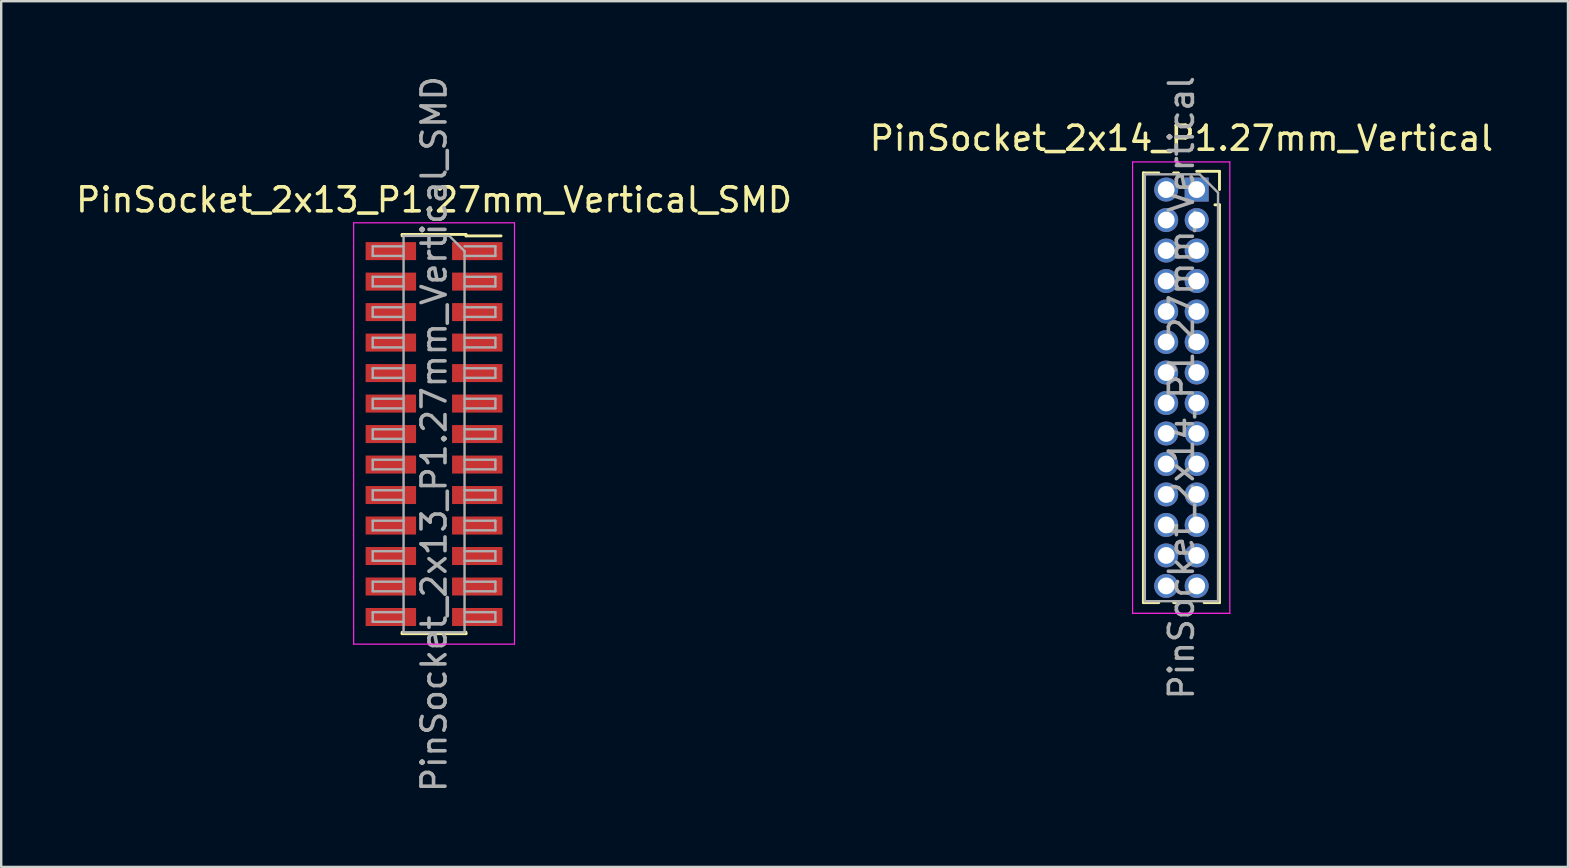
<source format=kicad_pcb>
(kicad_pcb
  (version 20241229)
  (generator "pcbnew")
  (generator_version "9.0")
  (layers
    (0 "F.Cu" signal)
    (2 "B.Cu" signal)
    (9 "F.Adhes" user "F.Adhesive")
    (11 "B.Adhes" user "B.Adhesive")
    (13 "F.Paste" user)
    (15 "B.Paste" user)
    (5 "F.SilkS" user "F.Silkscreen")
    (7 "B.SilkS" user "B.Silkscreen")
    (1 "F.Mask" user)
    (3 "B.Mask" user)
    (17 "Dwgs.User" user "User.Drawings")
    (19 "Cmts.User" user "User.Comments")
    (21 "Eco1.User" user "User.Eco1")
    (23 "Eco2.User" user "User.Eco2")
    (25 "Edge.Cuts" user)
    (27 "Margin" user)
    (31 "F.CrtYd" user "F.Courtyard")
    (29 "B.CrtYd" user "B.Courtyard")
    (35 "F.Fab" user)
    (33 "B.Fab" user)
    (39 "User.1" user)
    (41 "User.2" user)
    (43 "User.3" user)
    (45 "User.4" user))
  (footprint "PinSocket_2x14_P1.27mm_Vertical"
    (layer "F.Cu")
    (at 46.796 4.846)
    (property "Reference" "PinSocket_2x14_P1.27mm_Vertical" (at -0.635 -2.135 0) (layer "F.SilkS") (effects (font (size 1 1) (thickness 0.15))))
    (attr through_hole)
    (fp_line (start -2.22 -0.695) (end -2.22 17.205) (stroke (width 0.12) (type solid)) (layer "F.SilkS"))
    (fp_line (start -2.22 -0.695) (end -1.578 -0.695) (stroke (width 0.12) (type solid)) (layer "F.SilkS"))
    (fp_line (start -2.22 17.205) (end -1.578 17.205) (stroke (width 0.12) (type solid)) (layer "F.SilkS"))
    (fp_line (start -0.962 -0.695) (end -0.76 -0.695) (stroke (width 0.12) (type solid)) (layer "F.SilkS"))
    (fp_line (start -0.962 17.205) (end -0.308 17.205) (stroke (width 0.12) (type solid)) (layer "F.SilkS"))
    (fp_line (start 0 -0.76) (end 0.95 -0.76) (stroke (width 0.12) (type solid)) (layer "F.SilkS"))
    (fp_line (start 0.308 17.205) (end 0.95 17.205) (stroke (width 0.12) (type solid)) (layer "F.SilkS"))
    (fp_line (start 0.76 0.635) (end 0.95 0.635) (stroke (width 0.12) (type solid)) (layer "F.SilkS"))
    (fp_line (start 0.95 -0.76) (end 0.95 0) (stroke (width 0.12) (type solid)) (layer "F.SilkS"))
    (fp_line (start 0.95 0.635) (end 0.95 17.205) (stroke (width 0.12) (type solid)) (layer "F.SilkS"))
    (fp_line (start -2.67 -1.15) (end 1.38 -1.15) (stroke (width 0.05) (type solid)) (layer "F.CrtYd"))
    (fp_line (start -2.67 17.65) (end -2.67 -1.15) (stroke (width 0.05) (type solid)) (layer "F.CrtYd"))
    (fp_line (start 1.38 -1.15) (end 1.38 17.65) (stroke (width 0.05) (type solid)) (layer "F.CrtYd"))
    (fp_line (start 1.38 17.65) (end -2.67 17.65) (stroke (width 0.05) (type solid)) (layer "F.CrtYd"))
    (fp_line (start -2.16 -0.635) (end 0.128 -0.635) (stroke (width 0.1) (type solid)) (layer "F.Fab"))
    (fp_line (start -2.16 17.145) (end -2.16 -0.635) (stroke (width 0.1) (type solid)) (layer "F.Fab"))
    (fp_line (start 0.128 -0.635) (end 0.89 0.128) (stroke (width 0.1) (type solid)) (layer "F.Fab"))
    (fp_line (start 0.89 0.128) (end 0.89 17.145) (stroke (width 0.1) (type solid)) (layer "F.Fab"))
    (fp_line (start 0.89 17.145) (end -2.16 17.145) (stroke (width 0.1) (type solid)) (layer "F.Fab"))
    (fp_text user "${REFERENCE}" (at -0.635 8.255 90) (layer "F.Fab") (effects (font (size 1 1) (thickness 0.15))))
    (pad "1" thru_hole rect (at 0 0) (size 1 1) (drill 0.7) (layers "*.Cu" "*.Mask"))
    (pad "2" thru_hole oval (at -1.27 0) (size 1 1) (drill 0.7) (layers "*.Cu" "*.Mask"))
    (pad "3" thru_hole oval (at 0 1.27) (size 1 1) (drill 0.7) (layers "*.Cu" "*.Mask"))
    (pad "4" thru_hole oval (at -1.27 1.27) (size 1 1) (drill 0.7) (layers "*.Cu" "*.Mask"))
    (pad "5" thru_hole oval (at 0 2.54) (size 1 1) (drill 0.7) (layers "*.Cu" "*.Mask"))
    (pad "6" thru_hole oval (at -1.27 2.54) (size 1 1) (drill 0.7) (layers "*.Cu" "*.Mask"))
    (pad "7" thru_hole oval (at 0 3.81) (size 1 1) (drill 0.7) (layers "*.Cu" "*.Mask"))
    (pad "8" thru_hole oval (at -1.27 3.81) (size 1 1) (drill 0.7) (layers "*.Cu" "*.Mask"))
    (pad "9" thru_hole oval (at 0 5.08) (size 1 1) (drill 0.7) (layers "*.Cu" "*.Mask"))
    (pad "10" thru_hole oval (at -1.27 5.08) (size 1 1) (drill 0.7) (layers "*.Cu" "*.Mask"))
    (pad "11" thru_hole oval (at 0 6.35) (size 1 1) (drill 0.7) (layers "*.Cu" "*.Mask"))
    (pad "12" thru_hole oval (at -1.27 6.35) (size 1 1) (drill 0.7) (layers "*.Cu" "*.Mask"))
    (pad "13" thru_hole oval (at 0 7.62) (size 1 1) (drill 0.7) (layers "*.Cu" "*.Mask"))
    (pad "14" thru_hole oval (at -1.27 7.62) (size 1 1) (drill 0.7) (layers "*.Cu" "*.Mask"))
    (pad "15" thru_hole oval (at 0 8.89) (size 1 1) (drill 0.7) (layers "*.Cu" "*.Mask"))
    (pad "16" thru_hole oval (at -1.27 8.89) (size 1 1) (drill 0.7) (layers "*.Cu" "*.Mask"))
    (pad "17" thru_hole oval (at 0 10.16) (size 1 1) (drill 0.7) (layers "*.Cu" "*.Mask"))
    (pad "18" thru_hole oval (at -1.27 10.16) (size 1 1) (drill 0.7) (layers "*.Cu" "*.Mask"))
    (pad "19" thru_hole oval (at 0 11.43) (size 1 1) (drill 0.7) (layers "*.Cu" "*.Mask"))
    (pad "20" thru_hole oval (at -1.27 11.43) (size 1 1) (drill 0.7) (layers "*.Cu" "*.Mask"))
    (pad "21" thru_hole oval (at 0 12.7) (size 1 1) (drill 0.7) (layers "*.Cu" "*.Mask"))
    (pad "22" thru_hole oval (at -1.27 12.7) (size 1 1) (drill 0.7) (layers "*.Cu" "*.Mask"))
    (pad "23" thru_hole oval (at 0 13.97) (size 1 1) (drill 0.7) (layers "*.Cu" "*.Mask"))
    (pad "24" thru_hole oval (at -1.27 13.97) (size 1 1) (drill 0.7) (layers "*.Cu" "*.Mask"))
    (pad "25" thru_hole oval (at 0 15.24) (size 1 1) (drill 0.7) (layers "*.Cu" "*.Mask"))
    (pad "26" thru_hole oval (at -1.27 15.24) (size 1 1) (drill 0.7) (layers "*.Cu" "*.Mask"))
    (pad "27" thru_hole oval (at 0 16.51) (size 1 1) (drill 0.7) (layers "*.Cu" "*.Mask"))
    (pad "28" thru_hole oval (at -1.27 16.51) (size 1 1) (drill 0.7) (layers "*.Cu" "*.Mask")))
  (footprint "PinSocket_2x13_P1.27mm_Vertical_SMD"
    (layer "F.Cu")
    (at 15.03 15.03)
    (property "Reference" "PinSocket_2x13_P1.27mm_Vertical_SMD" (at 0 -9.755 0) (layer "F.SilkS") (effects (font (size 1 1) (thickness 0.15))))
    (attr smd)
    (fp_line (start -1.33 -8.315) (end -1.33 -8.255) (stroke (width 0.12) (type solid)) (layer "F.SilkS"))
    (fp_line (start -1.33 -8.315) (end 1.33 -8.315) (stroke (width 0.12) (type solid)) (layer "F.SilkS"))
    (fp_line (start -1.33 8.255) (end -1.33 8.315) (stroke (width 0.12) (type solid)) (layer "F.SilkS"))
    (fp_line (start -1.33 8.315) (end 1.33 8.315) (stroke (width 0.12) (type solid)) (layer "F.SilkS"))
    (fp_line (start 1.33 -8.315) (end 1.33 -8.255) (stroke (width 0.12) (type solid)) (layer "F.SilkS"))
    (fp_line (start 1.33 -8.255) (end 2.79 -8.255) (stroke (width 0.12) (type solid)) (layer "F.SilkS"))
    (fp_line (start 1.33 8.255) (end 1.33 8.315) (stroke (width 0.12) (type solid)) (layer "F.SilkS"))
    (fp_line (start -3.35 -8.8) (end 3.35 -8.8) (stroke (width 0.05) (type solid)) (layer "F.CrtYd"))
    (fp_line (start -3.35 8.75) (end -3.35 -8.8) (stroke (width 0.05) (type solid)) (layer "F.CrtYd"))
    (fp_line (start 3.35 -8.8) (end 3.35 8.75) (stroke (width 0.05) (type solid)) (layer "F.CrtYd"))
    (fp_line (start 3.35 8.75) (end -3.35 8.75) (stroke (width 0.05) (type solid)) (layer "F.CrtYd"))
    (fp_line (start -2.555 -7.82) (end -1.27 -7.82) (stroke (width 0.1) (type solid)) (layer "F.Fab"))
    (fp_line (start -2.555 -7.42) (end -2.555 -7.82) (stroke (width 0.1) (type solid)) (layer "F.Fab"))
    (fp_line (start -2.555 -6.55) (end -1.27 -6.55) (stroke (width 0.1) (type solid)) (layer "F.Fab"))
    (fp_line (start -2.555 -6.15) (end -2.555 -6.55) (stroke (width 0.1) (type solid)) (layer "F.Fab"))
    (fp_line (start -2.555 -5.28) (end -1.27 -5.28) (stroke (width 0.1) (type solid)) (layer "F.Fab"))
    (fp_line (start -2.555 -4.88) (end -2.555 -5.28) (stroke (width 0.1) (type solid)) (layer "F.Fab"))
    (fp_line (start -2.555 -4.01) (end -1.27 -4.01) (stroke (width 0.1) (type solid)) (layer "F.Fab"))
    (fp_line (start -2.555 -3.61) (end -2.555 -4.01) (stroke (width 0.1) (type solid)) (layer "F.Fab"))
    (fp_line (start -2.555 -2.74) (end -1.27 -2.74) (stroke (width 0.1) (type solid)) (layer "F.Fab"))
    (fp_line (start -2.555 -2.34) (end -2.555 -2.74) (stroke (width 0.1) (type solid)) (layer "F.Fab"))
    (fp_line (start -2.555 -1.47) (end -1.27 -1.47) (stroke (width 0.1) (type solid)) (layer "F.Fab"))
    (fp_line (start -2.555 -1.07) (end -2.555 -1.47) (stroke (width 0.1) (type solid)) (layer "F.Fab"))
    (fp_line (start -2.555 -0.2) (end -1.27 -0.2) (stroke (width 0.1) (type solid)) (layer "F.Fab"))
    (fp_line (start -2.555 0.2) (end -2.555 -0.2) (stroke (width 0.1) (type solid)) (layer "F.Fab"))
    (fp_line (start -2.555 1.07) (end -1.27 1.07) (stroke (width 0.1) (type solid)) (layer "F.Fab"))
    (fp_line (start -2.555 1.47) (end -2.555 1.07) (stroke (width 0.1) (type solid)) (layer "F.Fab"))
    (fp_line (start -2.555 2.34) (end -1.27 2.34) (stroke (width 0.1) (type solid)) (layer "F.Fab"))
    (fp_line (start -2.555 2.74) (end -2.555 2.34) (stroke (width 0.1) (type solid)) (layer "F.Fab"))
    (fp_line (start -2.555 3.61) (end -1.27 3.61) (stroke (width 0.1) (type solid)) (layer "F.Fab"))
    (fp_line (start -2.555 4.01) (end -2.555 3.61) (stroke (width 0.1) (type solid)) (layer "F.Fab"))
    (fp_line (start -2.555 4.88) (end -1.27 4.88) (stroke (width 0.1) (type solid)) (layer "F.Fab"))
    (fp_line (start -2.555 5.28) (end -2.555 4.88) (stroke (width 0.1) (type solid)) (layer "F.Fab"))
    (fp_line (start -2.555 6.15) (end -1.27 6.15) (stroke (width 0.1) (type solid)) (layer "F.Fab"))
    (fp_line (start -2.555 6.55) (end -2.555 6.15) (stroke (width 0.1) (type solid)) (layer "F.Fab"))
    (fp_line (start -2.555 7.42) (end -1.27 7.42) (stroke (width 0.1) (type solid)) (layer "F.Fab"))
    (fp_line (start -2.555 7.82) (end -2.555 7.42) (stroke (width 0.1) (type solid)) (layer "F.Fab"))
    (fp_line (start -1.27 -8.255) (end 0.635 -8.255) (stroke (width 0.1) (type solid)) (layer "F.Fab"))
    (fp_line (start -1.27 -7.42) (end -2.555 -7.42) (stroke (width 0.1) (type solid)) (layer "F.Fab"))
    (fp_line (start -1.27 -6.15) (end -2.555 -6.15) (stroke (width 0.1) (type solid)) (layer "F.Fab"))
    (fp_line (start -1.27 -4.88) (end -2.555 -4.88) (stroke (width 0.1) (type solid)) (layer "F.Fab"))
    (fp_line (start -1.27 -3.61) (end -2.555 -3.61) (stroke (width 0.1) (type solid)) (layer "F.Fab"))
    (fp_line (start -1.27 -2.34) (end -2.555 -2.34) (stroke (width 0.1) (type solid)) (layer "F.Fab"))
    (fp_line (start -1.27 -1.07) (end -2.555 -1.07) (stroke (width 0.1) (type solid)) (layer "F.Fab"))
    (fp_line (start -1.27 0.2) (end -2.555 0.2) (stroke (width 0.1) (type solid)) (layer "F.Fab"))
    (fp_line (start -1.27 1.47) (end -2.555 1.47) (stroke (width 0.1) (type solid)) (layer "F.Fab"))
    (fp_line (start -1.27 2.74) (end -2.555 2.74) (stroke (width 0.1) (type solid)) (layer "F.Fab"))
    (fp_line (start -1.27 4.01) (end -2.555 4.01) (stroke (width 0.1) (type solid)) (layer "F.Fab"))
    (fp_line (start -1.27 5.28) (end -2.555 5.28) (stroke (width 0.1) (type solid)) (layer "F.Fab"))
    (fp_line (start -1.27 6.55) (end -2.555 6.55) (stroke (width 0.1) (type solid)) (layer "F.Fab"))
    (fp_line (start -1.27 7.82) (end -2.555 7.82) (stroke (width 0.1) (type solid)) (layer "F.Fab"))
    (fp_line (start -1.27 8.255) (end -1.27 -8.255) (stroke (width 0.1) (type solid)) (layer "F.Fab"))
    (fp_line (start 0.635 -8.255) (end 1.27 -7.62) (stroke (width 0.1) (type solid)) (layer "F.Fab"))
    (fp_line (start 1.27 -7.82) (end 2.555 -7.82) (stroke (width 0.1) (type solid)) (layer "F.Fab"))
    (fp_line (start 1.27 -7.62) (end 1.27 8.255) (stroke (width 0.1) (type solid)) (layer "F.Fab"))
    (fp_line (start 1.27 -6.55) (end 2.555 -6.55) (stroke (width 0.1) (type solid)) (layer "F.Fab"))
    (fp_line (start 1.27 -5.28) (end 2.555 -5.28) (stroke (width 0.1) (type solid)) (layer "F.Fab"))
    (fp_line (start 1.27 -4.01) (end 2.555 -4.01) (stroke (width 0.1) (type solid)) (layer "F.Fab"))
    (fp_line (start 1.27 -2.74) (end 2.555 -2.74) (stroke (width 0.1) (type solid)) (layer "F.Fab"))
    (fp_line (start 1.27 -1.47) (end 2.555 -1.47) (stroke (width 0.1) (type solid)) (layer "F.Fab"))
    (fp_line (start 1.27 -0.2) (end 2.555 -0.2) (stroke (width 0.1) (type solid)) (layer "F.Fab"))
    (fp_line (start 1.27 1.07) (end 2.555 1.07) (stroke (width 0.1) (type solid)) (layer "F.Fab"))
    (fp_line (start 1.27 2.34) (end 2.555 2.34) (stroke (width 0.1) (type solid)) (layer "F.Fab"))
    (fp_line (start 1.27 3.61) (end 2.555 3.61) (stroke (width 0.1) (type solid)) (layer "F.Fab"))
    (fp_line (start 1.27 4.88) (end 2.555 4.88) (stroke (width 0.1) (type solid)) (layer "F.Fab"))
    (fp_line (start 1.27 6.15) (end 2.555 6.15) (stroke (width 0.1) (type solid)) (layer "F.Fab"))
    (fp_line (start 1.27 7.42) (end 2.555 7.42) (stroke (width 0.1) (type solid)) (layer "F.Fab"))
    (fp_line (start 1.27 8.255) (end -1.27 8.255) (stroke (width 0.1) (type solid)) (layer "F.Fab"))
    (fp_line (start 2.555 -7.82) (end 2.555 -7.42) (stroke (width 0.1) (type solid)) (layer "F.Fab"))
    (fp_line (start 2.555 -7.42) (end 1.27 -7.42) (stroke (width 0.1) (type solid)) (layer "F.Fab"))
    (fp_line (start 2.555 -6.55) (end 2.555 -6.15) (stroke (width 0.1) (type solid)) (layer "F.Fab"))
    (fp_line (start 2.555 -6.15) (end 1.27 -6.15) (stroke (width 0.1) (type solid)) (layer "F.Fab"))
    (fp_line (start 2.555 -5.28) (end 2.555 -4.88) (stroke (width 0.1) (type solid)) (layer "F.Fab"))
    (fp_line (start 2.555 -4.88) (end 1.27 -4.88) (stroke (width 0.1) (type solid)) (layer "F.Fab"))
    (fp_line (start 2.555 -4.01) (end 2.555 -3.61) (stroke (width 0.1) (type solid)) (layer "F.Fab"))
    (fp_line (start 2.555 -3.61) (end 1.27 -3.61) (stroke (width 0.1) (type solid)) (layer "F.Fab"))
    (fp_line (start 2.555 -2.74) (end 2.555 -2.34) (stroke (width 0.1) (type solid)) (layer "F.Fab"))
    (fp_line (start 2.555 -2.34) (end 1.27 -2.34) (stroke (width 0.1) (type solid)) (layer "F.Fab"))
    (fp_line (start 2.555 -1.47) (end 2.555 -1.07) (stroke (width 0.1) (type solid)) (layer "F.Fab"))
    (fp_line (start 2.555 -1.07) (end 1.27 -1.07) (stroke (width 0.1) (type solid)) (layer "F.Fab"))
    (fp_line (start 2.555 -0.2) (end 2.555 0.2) (stroke (width 0.1) (type solid)) (layer "F.Fab"))
    (fp_line (start 2.555 0.2) (end 1.27 0.2) (stroke (width 0.1) (type solid)) (layer "F.Fab"))
    (fp_line (start 2.555 1.07) (end 2.555 1.47) (stroke (width 0.1) (type solid)) (layer "F.Fab"))
    (fp_line (start 2.555 1.47) (end 1.27 1.47) (stroke (width 0.1) (type solid)) (layer "F.Fab"))
    (fp_line (start 2.555 2.34) (end 2.555 2.74) (stroke (width 0.1) (type solid)) (layer "F.Fab"))
    (fp_line (start 2.555 2.74) (end 1.27 2.74) (stroke (width 0.1) (type solid)) (layer "F.Fab"))
    (fp_line (start 2.555 3.61) (end 2.555 4.01) (stroke (width 0.1) (type solid)) (layer "F.Fab"))
    (fp_line (start 2.555 4.01) (end 1.27 4.01) (stroke (width 0.1) (type solid)) (layer "F.Fab"))
    (fp_line (start 2.555 4.88) (end 2.555 5.28) (stroke (width 0.1) (type solid)) (layer "F.Fab"))
    (fp_line (start 2.555 5.28) (end 1.27 5.28) (stroke (width 0.1) (type solid)) (layer "F.Fab"))
    (fp_line (start 2.555 6.15) (end 2.555 6.55) (stroke (width 0.1) (type solid)) (layer "F.Fab"))
    (fp_line (start 2.555 6.55) (end 1.27 6.55) (stroke (width 0.1) (type solid)) (layer "F.Fab"))
    (fp_line (start 2.555 7.42) (end 2.555 7.82) (stroke (width 0.1) (type solid)) (layer "F.Fab"))
    (fp_line (start 2.555 7.82) (end 1.27 7.82) (stroke (width 0.1) (type solid)) (layer "F.Fab"))
    (fp_text user "${REFERENCE}" (at 0 0 90) (layer "F.Fab") (effects (font (size 1 1) (thickness 0.15))))
    (pad "1" smd rect (at 1.8 -7.62) (size 2.1 0.75) (layers "F.Cu" "F.Mask" "F.Paste"))
    (pad "2" smd rect (at -1.8 -7.62) (size 2.1 0.75) (layers "F.Cu" "F.Mask" "F.Paste"))
    (pad "3" smd rect (at 1.8 -6.35) (size 2.1 0.75) (layers "F.Cu" "F.Mask" "F.Paste"))
    (pad "4" smd rect (at -1.8 -6.35) (size 2.1 0.75) (layers "F.Cu" "F.Mask" "F.Paste"))
    (pad "5" smd rect (at 1.8 -5.08) (size 2.1 0.75) (layers "F.Cu" "F.Mask" "F.Paste"))
    (pad "6" smd rect (at -1.8 -5.08) (size 2.1 0.75) (layers "F.Cu" "F.Mask" "F.Paste"))
    (pad "7" smd rect (at 1.8 -3.81) (size 2.1 0.75) (layers "F.Cu" "F.Mask" "F.Paste"))
    (pad "8" smd rect (at -1.8 -3.81) (size 2.1 0.75) (layers "F.Cu" "F.Mask" "F.Paste"))
    (pad "9" smd rect (at 1.8 -2.54) (size 2.1 0.75) (layers "F.Cu" "F.Mask" "F.Paste"))
    (pad "10" smd rect (at -1.8 -2.54) (size 2.1 0.75) (layers "F.Cu" "F.Mask" "F.Paste"))
    (pad "11" smd rect (at 1.8 -1.27) (size 2.1 0.75) (layers "F.Cu" "F.Mask" "F.Paste"))
    (pad "12" smd rect (at -1.8 -1.27) (size 2.1 0.75) (layers "F.Cu" "F.Mask" "F.Paste"))
    (pad "13" smd rect (at 1.8 0) (size 2.1 0.75) (layers "F.Cu" "F.Mask" "F.Paste"))
    (pad "14" smd rect (at -1.8 0) (size 2.1 0.75) (layers "F.Cu" "F.Mask" "F.Paste"))
    (pad "15" smd rect (at 1.8 1.27) (size 2.1 0.75) (layers "F.Cu" "F.Mask" "F.Paste"))
    (pad "16" smd rect (at -1.8 1.27) (size 2.1 0.75) (layers "F.Cu" "F.Mask" "F.Paste"))
    (pad "17" smd rect (at 1.8 2.54) (size 2.1 0.75) (layers "F.Cu" "F.Mask" "F.Paste"))
    (pad "18" smd rect (at -1.8 2.54) (size 2.1 0.75) (layers "F.Cu" "F.Mask" "F.Paste"))
    (pad "19" smd rect (at 1.8 3.81) (size 2.1 0.75) (layers "F.Cu" "F.Mask" "F.Paste"))
    (pad "20" smd rect (at -1.8 3.81) (size 2.1 0.75) (layers "F.Cu" "F.Mask" "F.Paste"))
    (pad "21" smd rect (at 1.8 5.08) (size 2.1 0.75) (layers "F.Cu" "F.Mask" "F.Paste"))
    (pad "22" smd rect (at -1.8 5.08) (size 2.1 0.75) (layers "F.Cu" "F.Mask" "F.Paste"))
    (pad "23" smd rect (at 1.8 6.35) (size 2.1 0.75) (layers "F.Cu" "F.Mask" "F.Paste"))
    (pad "24" smd rect (at -1.8 6.35) (size 2.1 0.75) (layers "F.Cu" "F.Mask" "F.Paste"))
    (pad "25" smd rect (at 1.8 7.62) (size 2.1 0.75) (layers "F.Cu" "F.Mask" "F.Paste"))
    (pad "26" smd rect (at -1.8 7.62) (size 2.1 0.75) (layers "F.Cu" "F.Mask" "F.Paste")))
  (gr_rect
    (start -3 -3)
    (end 62.262 33.06)
    (stroke (width 0.1) (type default))
    (fill no)
    (layer "Edge.Cuts")))
</source>
